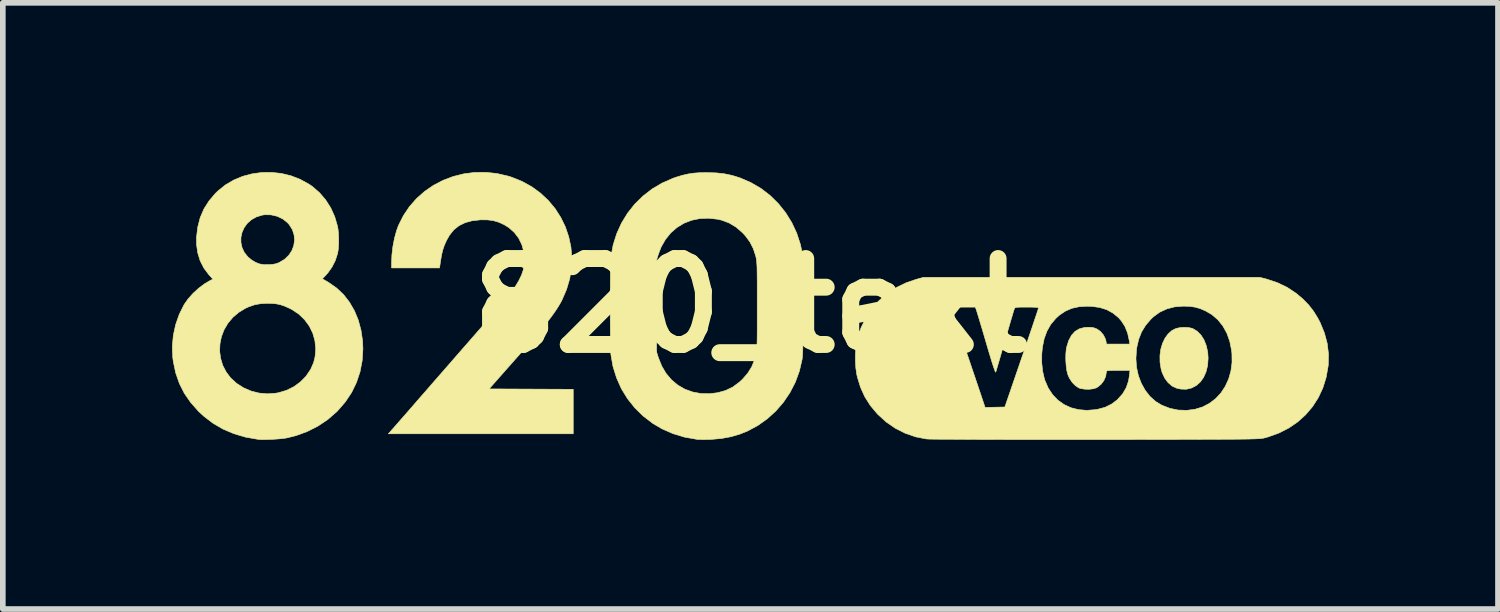
<source format=kicad_pcb>
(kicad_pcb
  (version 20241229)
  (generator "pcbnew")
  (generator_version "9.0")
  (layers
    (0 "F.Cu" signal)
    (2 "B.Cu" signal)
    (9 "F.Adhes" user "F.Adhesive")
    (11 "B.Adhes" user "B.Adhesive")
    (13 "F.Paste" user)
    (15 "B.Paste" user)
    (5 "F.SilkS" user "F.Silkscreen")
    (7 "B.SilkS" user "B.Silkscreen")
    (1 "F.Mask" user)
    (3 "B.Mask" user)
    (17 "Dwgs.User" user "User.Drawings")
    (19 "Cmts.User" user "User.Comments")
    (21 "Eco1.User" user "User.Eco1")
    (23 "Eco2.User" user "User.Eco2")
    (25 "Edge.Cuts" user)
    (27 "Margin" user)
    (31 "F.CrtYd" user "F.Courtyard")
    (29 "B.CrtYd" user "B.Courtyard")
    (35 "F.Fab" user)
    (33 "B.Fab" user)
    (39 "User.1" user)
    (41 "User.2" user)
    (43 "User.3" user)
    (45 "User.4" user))
  (footprint "820_text"
    (layer "F.Cu")
    (at 10.255 2.368)
    (property "Reference" "820_text" (at 0 0 0) (layer "F.SilkS") (effects (font (size 1.524 1.524) (thickness 0.3))))
    (attr through_hole)
    (fp_poly (pts (xy 7.766 0.389) (xy 7.83 0.403) (xy 7.841 0.407) (xy 7.919 0.454) (xy 7.987 0.522) (xy 8.042 0.609) (xy 8.082 0.712) (xy 8.107 0.826) (xy 8.114 0.933) (xy 8.105 1.061) (xy 8.077 1.175) (xy 8.033 1.274) (xy 7.975 1.355) (xy 7.903 1.418) (xy 7.82 1.461) (xy 7.728 1.483) (xy 7.627 1.48) (xy 7.552 1.463) (xy 7.474 1.426) (xy 7.404 1.365) (xy 7.345 1.286) (xy 7.3 1.191) (xy 7.28 1.122) (xy 7.261 1.003) (xy 7.26 0.885) (xy 7.275 0.772) (xy 7.306 0.668) (xy 7.351 0.575) (xy 7.408 0.498) (xy 7.476 0.439) (xy 7.544 0.406) (xy 7.613 0.391) (xy 7.69 0.385) (xy 7.766 0.389)) (stroke (width 0.01) (type solid)) (fill yes) (layer "F.SilkS"))
    (fp_poly (pts (xy -4.496 -2.342) (xy -4.297 -2.296) (xy -4.238 -2.278) (xy -4.049 -2.202) (xy -3.876 -2.106) (xy -3.72 -1.992) (xy -3.582 -1.862) (xy -3.462 -1.718) (xy -3.362 -1.561) (xy -3.281 -1.395) (xy -3.222 -1.22) (xy -3.183 -1.038) (xy -3.167 -0.852) (xy -3.175 -0.663) (xy -3.205 -0.474) (xy -3.261 -0.285) (xy -3.341 -0.1) (xy -3.368 -0.049) (xy -3.402 0.009) (xy -3.44 0.069) (xy -3.485 0.134) (xy -3.536 0.205) (xy -3.597 0.284) (xy -3.669 0.372) (xy -3.752 0.472) (xy -3.848 0.585) (xy -3.959 0.713) (xy -4.086 0.858) (xy -4.161 0.942) (xy -4.634 1.477) (xy -3.142 1.484) (xy -3.142 2.273) (xy -6.42 2.273) (xy -6.375 2.223) (xy -6.36 2.205) (xy -6.328 2.17) (xy -6.282 2.117) (xy -6.222 2.048) (xy -6.149 1.965) (xy -6.065 1.869) (xy -5.972 1.762) (xy -5.87 1.644) (xy -5.76 1.519) (xy -5.645 1.386) (xy -5.524 1.248) (xy -5.479 1.196) (xy -5.354 1.053) (xy -5.231 0.912) (xy -5.111 0.774) (xy -4.996 0.643) (xy -4.888 0.519) (xy -4.788 0.404) (xy -4.698 0.301) (xy -4.618 0.21) (xy -4.552 0.134) (xy -4.499 0.074) (xy -4.463 0.032) (xy -4.458 0.027) (xy -4.342 -0.109) (xy -4.245 -0.232) (xy -4.167 -0.342) (xy -4.106 -0.444) (xy -4.06 -0.538) (xy -4.029 -0.628) (xy -4.011 -0.717) (xy -4.005 -0.806) (xy -4.005 -0.809) (xy -4.017 -0.949) (xy -4.052 -1.078) (xy -4.109 -1.195) (xy -4.187 -1.297) (xy -4.284 -1.383) (xy -4.366 -1.434) (xy -4.463 -1.478) (xy -4.558 -1.506) (xy -4.66 -1.52) (xy -4.777 -1.521) (xy -4.793 -1.52) (xy -4.936 -1.504) (xy -5.06 -1.47) (xy -5.167 -1.417) (xy -5.258 -1.345) (xy -5.334 -1.251) (xy -5.388 -1.156) (xy -5.426 -1.071) (xy -5.455 -0.987) (xy -5.477 -0.895) (xy -5.495 -0.786) (xy -5.496 -0.78) (xy -5.512 -0.668) (xy -6.363 -0.668) (xy -6.363 -0.747) (xy -6.357 -0.897) (xy -6.339 -1.05) (xy -6.31 -1.199) (xy -6.272 -1.335) (xy -6.24 -1.422) (xy -6.152 -1.597) (xy -6.044 -1.757) (xy -5.918 -1.9) (xy -5.775 -2.026) (xy -5.619 -2.133) (xy -5.45 -2.221) (xy -5.271 -2.289) (xy -5.084 -2.336) (xy -4.891 -2.361) (xy -4.695 -2.363) (xy -4.496 -2.342)) (stroke (width 0.01) (type solid)) (fill yes) (layer "F.SilkS"))
    (fp_poly (pts (xy -0.769 -2.358) (xy -0.608 -2.353) (xy -0.464 -2.337) (xy -0.329 -2.309) (xy -0.195 -2.268) (xy -0.184 -2.264) (xy 0.008 -2.181) (xy 0.186 -2.077) (xy 0.349 -1.952) (xy 0.495 -1.808) (xy 0.623 -1.648) (xy 0.732 -1.473) (xy 0.82 -1.285) (xy 0.885 -1.086) (xy 0.915 -0.944) (xy 0.92 -0.901) (xy 0.924 -0.835) (xy 0.928 -0.748) (xy 0.931 -0.643) (xy 0.934 -0.524) (xy 0.936 -0.393) (xy 0.937 -0.254) (xy 0.938 -0.109) (xy 0.938 0.038) (xy 0.938 0.184) (xy 0.937 0.327) (xy 0.935 0.463) (xy 0.933 0.589) (xy 0.93 0.703) (xy 0.927 0.8) (xy 0.923 0.879) (xy 0.918 0.936) (xy 0.915 0.957) (xy 0.867 1.163) (xy 0.795 1.359) (xy 0.7 1.543) (xy 0.585 1.713) (xy 0.451 1.868) (xy 0.299 2.006) (xy 0.132 2.125) (xy -0.05 2.223) (xy -0.184 2.277) (xy -0.342 2.324) (xy -0.515 2.356) (xy -0.696 2.372) (xy -0.729 2.373) (xy -0.799 2.374) (xy -0.863 2.374) (xy -0.915 2.373) (xy -0.948 2.372) (xy -0.949 2.371) (xy -1.168 2.332) (xy -1.374 2.27) (xy -1.568 2.185) (xy -1.731 2.089) (xy -1.901 1.959) (xy -2.051 1.812) (xy -2.181 1.649) (xy -2.289 1.472) (xy -2.374 1.281) (xy -2.437 1.08) (xy -2.472 0.883) (xy -2.476 0.844) (xy -2.478 0.781) (xy -2.481 0.698) (xy -2.482 0.597) (xy -2.484 0.482) (xy -2.485 0.356) (xy -2.486 0.223) (xy -2.486 0.084) (xy -2.486 -0.057) (xy -2.486 -0.196) (xy -2.485 -0.33) (xy -2.484 -0.457) (xy -2.483 -0.573) (xy -2.481 -0.675) (xy -2.479 -0.76) (xy -2.477 -0.809) (xy -1.664 -0.809) (xy -1.664 0.822) (xy -1.633 0.922) (xy -1.573 1.072) (xy -1.495 1.204) (xy -1.399 1.317) (xy -1.288 1.41) (xy -1.163 1.482) (xy -1.025 1.532) (xy -0.878 1.559) (xy -0.721 1.562) (xy -0.579 1.544) (xy -0.44 1.505) (xy -0.312 1.443) (xy -0.194 1.355) (xy -0.14 1.305) (xy -0.048 1.198) (xy 0.022 1.086) (xy 0.073 0.961) (xy 0.094 0.89) (xy 0.099 0.867) (xy 0.104 0.843) (xy 0.108 0.816) (xy 0.111 0.784) (xy 0.114 0.745) (xy 0.116 0.696) (xy 0.118 0.635) (xy 0.119 0.56) (xy 0.12 0.468) (xy 0.12 0.357) (xy 0.12 0.225) (xy 0.12 0.07) (xy 0.12 0.007) (xy 0.12 -0.158) (xy 0.12 -0.298) (xy 0.12 -0.417) (xy 0.119 -0.515) (xy 0.118 -0.596) (xy 0.117 -0.662) (xy 0.115 -0.715) (xy 0.112 -0.757) (xy 0.109 -0.792) (xy 0.106 -0.82) (xy 0.101 -0.845) (xy 0.096 -0.868) (xy 0.094 -0.877) (xy 0.05 -1.011) (xy -0.01 -1.129) (xy -0.09 -1.237) (xy -0.14 -1.291) (xy -0.255 -1.391) (xy -0.378 -1.465) (xy -0.512 -1.515) (xy -0.579 -1.531) (xy -0.742 -1.549) (xy -0.897 -1.543) (xy -1.044 -1.513) (xy -1.18 -1.46) (xy -1.303 -1.385) (xy -1.413 -1.289) (xy -1.506 -1.174) (xy -1.583 -1.04) (xy -1.633 -0.909) (xy -1.664 -0.809) (xy -2.477 -0.809) (xy -2.476 -0.825) (xy -2.473 -0.867) (xy -2.473 -0.869) (xy -2.434 -1.077) (xy -2.371 -1.276) (xy -2.286 -1.463) (xy -2.179 -1.638) (xy -2.053 -1.798) (xy -1.907 -1.941) (xy -1.745 -2.067) (xy -1.567 -2.172) (xy -1.374 -2.257) (xy -1.317 -2.277) (xy -1.207 -2.31) (xy -1.108 -2.333) (xy -1.009 -2.348) (xy -0.901 -2.356) (xy -0.777 -2.358) (xy -0.769 -2.358)) (stroke (width 0.01) (type solid)) (fill yes) (layer "F.SilkS"))
    (fp_poly (pts (xy -8.317 -2.343) (xy -8.147 -2.302) (xy -7.984 -2.239) (xy -7.831 -2.155) (xy -7.766 -2.111) (xy -7.641 -2.002) (xy -7.532 -1.875) (xy -7.441 -1.732) (xy -7.371 -1.578) (xy -7.324 -1.417) (xy -7.313 -1.363) (xy -7.304 -1.281) (xy -7.3 -1.187) (xy -7.301 -1.092) (xy -7.307 -1.003) (xy -7.318 -0.93) (xy -7.32 -0.923) (xy -7.36 -0.8) (xy -7.419 -0.683) (xy -7.492 -0.58) (xy -7.512 -0.558) (xy -7.589 -0.475) (xy -7.475 -0.408) (xy -7.337 -0.311) (xy -7.214 -0.195) (xy -7.109 -0.06) (xy -7.021 0.092) (xy -6.953 0.257) (xy -6.905 0.436) (xy -6.877 0.624) (xy -6.871 0.769) (xy -6.884 0.976) (xy -6.922 1.174) (xy -6.985 1.363) (xy -7.072 1.542) (xy -7.184 1.709) (xy -7.32 1.866) (xy -7.339 1.885) (xy -7.497 2.022) (xy -7.671 2.138) (xy -7.859 2.233) (xy -8.059 2.306) (xy -8.225 2.347) (xy -8.283 2.355) (xy -8.358 2.363) (xy -8.442 2.369) (xy -8.529 2.373) (xy -8.61 2.375) (xy -8.68 2.375) (xy -8.73 2.371) (xy -8.953 2.332) (xy -9.159 2.271) (xy -9.35 2.19) (xy -9.527 2.087) (xy -9.691 1.962) (xy -9.787 1.873) (xy -9.924 1.718) (xy -10.037 1.555) (xy -10.125 1.38) (xy -10.19 1.194) (xy -10.232 0.994) (xy -10.243 0.912) (xy -10.247 0.806) (xy -9.411 0.806) (xy -9.394 0.935) (xy -9.356 1.06) (xy -9.294 1.179) (xy -9.216 1.282) (xy -9.11 1.379) (xy -8.988 1.457) (xy -8.854 1.515) (xy -8.711 1.551) (xy -8.564 1.564) (xy -8.414 1.553) (xy -8.364 1.544) (xy -8.225 1.502) (xy -8.095 1.438) (xy -7.98 1.354) (xy -7.881 1.254) (xy -7.803 1.139) (xy -7.788 1.111) (xy -7.744 1.008) (xy -7.719 0.907) (xy -7.709 0.797) (xy -7.708 0.762) (xy -7.722 0.622) (xy -7.76 0.488) (xy -7.821 0.364) (xy -7.904 0.251) (xy -8.005 0.153) (xy -8.124 0.073) (xy -8.17 0.049) (xy -8.257 0.01) (xy -8.334 -0.016) (xy -8.411 -0.032) (xy -8.497 -0.039) (xy -8.567 -0.04) (xy -8.685 -0.034) (xy -8.79 -0.015) (xy -8.891 0.02) (xy -8.95 0.046) (xy -9.073 0.12) (xy -9.178 0.21) (xy -9.265 0.314) (xy -9.332 0.428) (xy -9.379 0.55) (xy -9.405 0.677) (xy -9.411 0.806) (xy -10.247 0.806) (xy -10.25 0.721) (xy -10.232 0.528) (xy -10.191 0.338) (xy -10.127 0.155) (xy -10.042 -0.015) (xy -10.037 -0.023) (xy -9.97 -0.119) (xy -9.883 -0.216) (xy -9.784 -0.307) (xy -9.68 -0.385) (xy -9.588 -0.44) (xy -9.53 -0.469) (xy -9.604 -0.55) (xy -9.691 -0.666) (xy -9.757 -0.796) (xy -9.8 -0.938) (xy -9.821 -1.089) (xy -9.821 -1.208) (xy -9.034 -1.208) (xy -9.033 -1.116) (xy -9.013 -1.026) (xy -8.972 -0.94) (xy -8.909 -0.862) (xy -8.843 -0.808) (xy -8.773 -0.766) (xy -8.705 -0.739) (xy -8.63 -0.727) (xy -8.542 -0.726) (xy -8.472 -0.731) (xy -8.416 -0.741) (xy -8.365 -0.759) (xy -8.354 -0.765) (xy -8.26 -0.82) (xy -8.186 -0.891) (xy -8.131 -0.973) (xy -8.097 -1.063) (xy -8.083 -1.158) (xy -8.091 -1.253) (xy -8.121 -1.346) (xy -8.175 -1.433) (xy -8.21 -1.472) (xy -8.294 -1.538) (xy -8.392 -1.584) (xy -8.499 -1.609) (xy -8.608 -1.611) (xy -8.653 -1.605) (xy -8.758 -1.573) (xy -8.848 -1.523) (xy -8.921 -1.458) (xy -8.976 -1.382) (xy -9.014 -1.297) (xy -9.034 -1.208) (xy -9.821 -1.208) (xy -9.821 -1.21) (xy -9.799 -1.392) (xy -9.756 -1.559) (xy -9.69 -1.713) (xy -9.6 -1.855) (xy -9.487 -1.988) (xy -9.441 -2.033) (xy -9.308 -2.14) (xy -9.161 -2.226) (xy -9.003 -2.292) (xy -8.836 -2.336) (xy -8.664 -2.36) (xy -8.49 -2.362) (xy -8.317 -2.343)) (stroke (width 0.01) (type solid)) (fill yes) (layer "F.SilkS"))
    (fp_poly (pts (xy 9.151 -0.47) (xy 9.341 -0.407) (xy 9.516 -0.323) (xy 9.676 -0.217) (xy 9.796 -0.115) (xy 9.898 -0.01) (xy 9.983 0.099) (xy 10.057 0.219) (xy 10.1 0.301) (xy 10.175 0.483) (xy 10.225 0.668) (xy 10.248 0.856) (xy 10.245 1.045) (xy 10.241 1.078) (xy 10.206 1.275) (xy 10.148 1.46) (xy 10.067 1.633) (xy 9.965 1.792) (xy 9.843 1.935) (xy 9.702 2.062) (xy 9.544 2.17) (xy 9.37 2.259) (xy 9.181 2.327) (xy 9.104 2.348) (xy 9.092 2.351) (xy 9.077 2.353) (xy 9.06 2.355) (xy 9.039 2.358) (xy 9.013 2.36) (xy 8.981 2.361) (xy 8.942 2.363) (xy 8.894 2.364) (xy 8.837 2.366) (xy 8.769 2.367) (xy 8.69 2.368) (xy 8.598 2.369) (xy 8.493 2.37) (xy 8.372 2.37) (xy 8.236 2.371) (xy 8.083 2.371) (xy 7.912 2.372) (xy 7.722 2.372) (xy 7.511 2.373) (xy 7.279 2.373) (xy 7.025 2.373) (xy 6.748 2.374) (xy 6.445 2.374) (xy 6.118 2.374) (xy 6.109 2.374) (xy 5.819 2.374) (xy 5.537 2.374) (xy 5.265 2.374) (xy 5.004 2.374) (xy 4.755 2.374) (xy 4.519 2.374) (xy 4.297 2.373) (xy 4.09 2.373) (xy 3.901 2.372) (xy 3.729 2.371) (xy 3.576 2.37) (xy 3.443 2.37) (xy 3.331 2.369) (xy 3.242 2.368) (xy 3.176 2.367) (xy 3.135 2.365) (xy 3.122 2.365) (xy 2.928 2.327) (xy 2.745 2.264) (xy 2.572 2.177) (xy 2.411 2.067) (xy 2.264 1.934) (xy 2.248 1.918) (xy 2.126 1.772) (xy 2.027 1.616) (xy 1.951 1.448) (xy 1.895 1.266) (xy 1.884 1.215) (xy 1.868 1.107) (xy 1.861 0.985) (xy 1.861 0.858) (xy 1.87 0.736) (xy 1.887 0.626) (xy 1.896 0.586) (xy 1.96 0.394) (xy 2.046 0.217) (xy 2.153 0.056) (xy 2.166 0.041) (xy 3.569 0.041) (xy 3.574 0.056) (xy 3.585 0.094) (xy 3.604 0.152) (xy 3.63 0.229) (xy 3.66 0.321) (xy 3.695 0.426) (xy 3.734 0.542) (xy 3.776 0.667) (xy 3.792 0.713) (xy 3.837 0.848) (xy 3.883 0.983) (xy 3.927 1.114) (xy 3.969 1.237) (xy 4.007 1.35) (xy 4.04 1.448) (xy 4.067 1.527) (xy 4.086 1.585) (xy 4.087 1.588) (xy 4.16 1.805) (xy 4.51 1.798) (xy 4.78 1.012) (xy 5.164 1.012) (xy 5.18 1.163) (xy 5.212 1.301) (xy 5.22 1.325) (xy 5.279 1.461) (xy 5.356 1.578) (xy 5.45 1.676) (xy 5.56 1.754) (xy 5.683 1.811) (xy 5.818 1.845) (xy 5.963 1.857) (xy 6.117 1.845) (xy 6.157 1.838) (xy 6.29 1.802) (xy 6.406 1.744) (xy 6.508 1.666) (xy 6.512 1.661) (xy 6.599 1.563) (xy 6.662 1.456) (xy 6.703 1.336) (xy 6.719 1.235) (xy 6.728 1.15) (xy 6.519 1.15) (xy 6.44 1.15) (xy 6.384 1.151) (xy 6.347 1.153) (xy 6.325 1.156) (xy 6.314 1.162) (xy 6.31 1.17) (xy 6.31 1.177) (xy 6.298 1.254) (xy 6.265 1.33) (xy 6.215 1.396) (xy 6.153 1.446) (xy 6.13 1.459) (xy 6.071 1.476) (xy 5.998 1.484) (xy 5.922 1.481) (xy 5.853 1.47) (xy 5.821 1.459) (xy 5.761 1.419) (xy 5.704 1.361) (xy 5.656 1.289) (xy 5.628 1.226) (xy 5.609 1.153) (xy 5.597 1.063) (xy 5.59 0.964) (xy 5.59 0.94) (xy 6.834 0.94) (xy 6.845 1.094) (xy 6.877 1.241) (xy 6.929 1.377) (xy 6.998 1.501) (xy 7.083 1.61) (xy 7.184 1.7) (xy 7.291 1.765) (xy 7.434 1.821) (xy 7.583 1.852) (xy 7.736 1.857) (xy 7.881 1.838) (xy 8.016 1.797) (xy 8.138 1.733) (xy 8.247 1.65) (xy 8.341 1.549) (xy 8.418 1.432) (xy 8.478 1.301) (xy 8.518 1.16) (xy 8.538 1.009) (xy 8.536 0.851) (xy 8.53 0.795) (xy 8.498 0.634) (xy 8.446 0.489) (xy 8.375 0.361) (xy 8.287 0.251) (xy 8.181 0.16) (xy 8.07 0.095) (xy 7.973 0.053) (xy 7.88 0.027) (xy 7.781 0.013) (xy 7.673 0.01) (xy 7.521 0.022) (xy 7.383 0.058) (xy 7.257 0.116) (xy 7.144 0.198) (xy 7.099 0.241) (xy 7.006 0.35) (xy 6.934 0.467) (xy 6.883 0.597) (xy 6.849 0.743) (xy 6.844 0.782) (xy 6.834 0.94) (xy 5.59 0.94) (xy 5.591 0.866) (xy 5.598 0.778) (xy 5.607 0.732) (xy 5.643 0.618) (xy 5.692 0.527) (xy 5.754 0.458) (xy 5.831 0.412) (xy 5.922 0.388) (xy 5.984 0.384) (xy 6.047 0.386) (xy 6.096 0.396) (xy 6.143 0.415) (xy 6.145 0.416) (xy 6.206 0.459) (xy 6.258 0.521) (xy 6.293 0.591) (xy 6.303 0.628) (xy 6.312 0.682) (xy 6.725 0.682) (xy 6.717 0.625) (xy 6.687 0.489) (xy 6.64 0.371) (xy 6.574 0.269) (xy 6.526 0.214) (xy 6.427 0.133) (xy 6.318 0.073) (xy 6.194 0.034) (xy 6.055 0.014) (xy 5.969 0.011) (xy 5.826 0.02) (xy 5.699 0.048) (xy 5.585 0.097) (xy 5.48 0.167) (xy 5.414 0.227) (xy 5.325 0.332) (xy 5.257 0.452) (xy 5.207 0.587) (xy 5.176 0.74) (xy 5.165 0.856) (xy 5.164 1.012) (xy 4.78 1.012) (xy 4.808 0.929) (xy 4.859 0.783) (xy 4.906 0.644) (xy 4.95 0.514) (xy 4.99 0.396) (xy 5.025 0.291) (xy 5.055 0.202) (xy 5.079 0.131) (xy 5.096 0.079) (xy 5.105 0.05) (xy 5.107 0.043) (xy 5.1 0.037) (xy 5.078 0.032) (xy 5.037 0.029) (xy 4.975 0.027) (xy 4.899 0.027) (xy 4.821 0.027) (xy 4.765 0.028) (xy 4.727 0.03) (xy 4.703 0.034) (xy 4.69 0.04) (xy 4.682 0.049) (xy 4.679 0.057) (xy 4.672 0.076) (xy 4.659 0.118) (xy 4.641 0.18) (xy 4.617 0.259) (xy 4.59 0.352) (xy 4.56 0.456) (xy 4.527 0.569) (xy 4.512 0.622) (xy 4.479 0.737) (xy 4.447 0.845) (xy 4.419 0.943) (xy 4.394 1.028) (xy 4.374 1.096) (xy 4.359 1.146) (xy 4.35 1.175) (xy 4.348 1.18) (xy 4.342 1.174) (xy 4.329 1.142) (xy 4.309 1.085) (xy 4.282 1.002) (xy 4.249 0.893) (xy 4.208 0.758) (xy 4.179 0.658) (xy 4.145 0.541) (xy 4.112 0.43) (xy 4.082 0.329) (xy 4.055 0.24) (xy 4.033 0.167) (xy 4.016 0.112) (xy 4.005 0.078) (xy 4.003 0.07) (xy 3.985 0.027) (xy 3.777 0.027) (xy 3.687 0.028) (xy 3.622 0.03) (xy 3.583 0.035) (xy 3.569 0.041) (xy 2.166 0.041) (xy 2.279 -0.088) (xy 2.424 -0.214) (xy 2.585 -0.32) (xy 2.763 -0.406) (xy 2.934 -0.464) (xy 3.068 -0.501) (xy 9.03 -0.501) (xy 9.151 -0.47)) (stroke (width 0.01) (type solid)) (fill yes) (layer "F.SilkS")))
  (gr_rect
    (start -3 -3)
    (end 23.508 7.748)
    (stroke (width 0.1) (type default))
    (fill no)
    (layer "Edge.Cuts")))
</source>
